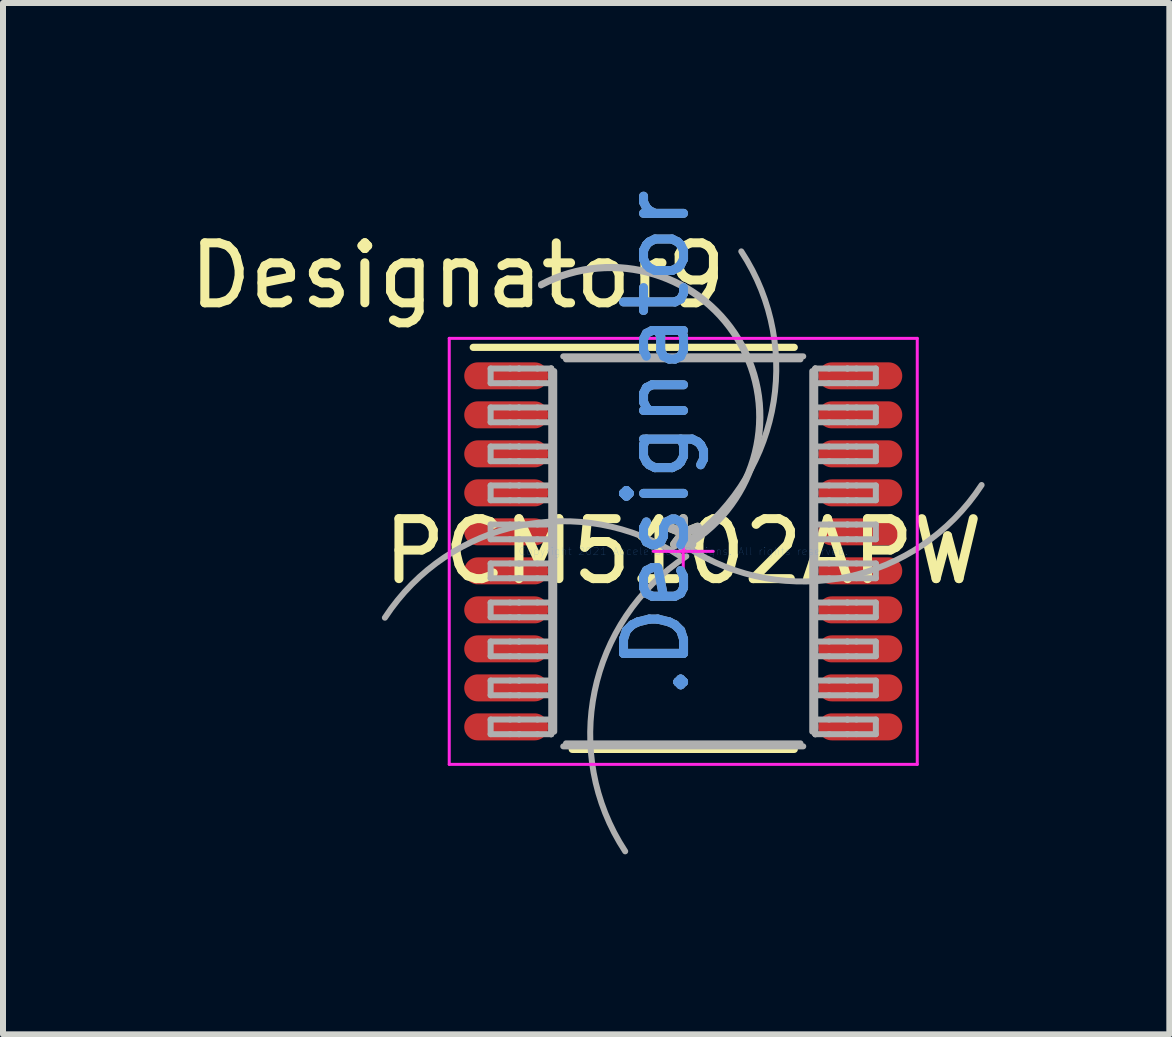
<source format=kicad_pcb>
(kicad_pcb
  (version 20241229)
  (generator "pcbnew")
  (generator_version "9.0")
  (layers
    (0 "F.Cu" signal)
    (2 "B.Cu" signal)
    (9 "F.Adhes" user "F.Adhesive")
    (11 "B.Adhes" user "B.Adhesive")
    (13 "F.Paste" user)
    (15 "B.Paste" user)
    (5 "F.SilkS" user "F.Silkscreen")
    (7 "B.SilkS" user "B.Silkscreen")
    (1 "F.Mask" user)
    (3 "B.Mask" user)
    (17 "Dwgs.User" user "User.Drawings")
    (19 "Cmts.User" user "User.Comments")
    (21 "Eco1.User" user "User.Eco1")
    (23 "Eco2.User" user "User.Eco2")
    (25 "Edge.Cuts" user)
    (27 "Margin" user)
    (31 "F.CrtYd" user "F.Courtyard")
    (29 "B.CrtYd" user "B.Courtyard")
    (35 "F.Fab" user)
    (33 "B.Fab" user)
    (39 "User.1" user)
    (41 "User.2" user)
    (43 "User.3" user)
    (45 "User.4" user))
  (footprint "PCM5102APW"
    (layer "F.Cu")
    (at 8.337 6.139)
    (property "Reference" "PCM5102APW" (at 0 0 0) (layer "F.SilkS") (effects (font (size 1 1) (thickness 0.15))))
    (attr through_hole)
    (fp_line (start -3.5 -3.4) (end 1.85 -3.4) (stroke (width 0.12) (type solid)) (layer "F.SilkS"))
    (fp_line (start -1.85 3.3) (end 1.85 3.3) (stroke (width 0.12) (type solid)) (layer "F.SilkS"))
    (fp_line (start -3.9 -3.55) (end 3.9 -3.55) (stroke (width 0.05) (type solid)) (layer "F.CrtYd"))
    (fp_line (start -3.9 3.55) (end -3.9 -3.55) (stroke (width 0.05) (type solid)) (layer "F.CrtYd"))
    (fp_line (start -3.9 3.55) (end 3.9 3.55) (stroke (width 0.05) (type solid)) (layer "F.CrtYd"))
    (fp_line (start -0.5 0.000003) (end 0.5 0.000003) (stroke (width 0.05) (type solid)) (layer "F.CrtYd"))
    (fp_line (start 0 0.5) (end 0 -0.5) (stroke (width 0.05) (type solid)) (layer "F.CrtYd"))
    (fp_line (start 3.9 3.55) (end 3.9 -3.55) (stroke (width 0.05) (type solid)) (layer "F.CrtYd"))
    (fp_line (start -3.21 -3.047) (end -2.887 -3.047) (stroke (width 0.1) (type solid)) (layer "F.Fab"))
    (fp_line (start -3.21 -2.803) (end -3.21 -3.047) (stroke (width 0.1) (type solid)) (layer "F.Fab"))
    (fp_line (start -3.21 -2.803) (end -2.887 -2.803) (stroke (width 0.1) (type solid)) (layer "F.Fab"))
    (fp_line (start -3.21 -2.398) (end -2.887 -2.398) (stroke (width 0.1) (type solid)) (layer "F.Fab"))
    (fp_line (start -3.21 -2.152) (end -3.21 -2.398) (stroke (width 0.1) (type solid)) (layer "F.Fab"))
    (fp_line (start -3.21 -2.152) (end -2.887 -2.152) (stroke (width 0.1) (type solid)) (layer "F.Fab"))
    (fp_line (start -3.21 -1.747) (end -2.887 -1.747) (stroke (width 0.1) (type solid)) (layer "F.Fab"))
    (fp_line (start -3.21 -1.503) (end -3.21 -1.747) (stroke (width 0.1) (type solid)) (layer "F.Fab"))
    (fp_line (start -3.21 -1.503) (end -2.887 -1.503) (stroke (width 0.1) (type solid)) (layer "F.Fab"))
    (fp_line (start -3.21 -1.098) (end -2.887 -1.098) (stroke (width 0.1) (type solid)) (layer "F.Fab"))
    (fp_line (start -3.21 -0.852) (end -3.21 -1.098) (stroke (width 0.1) (type solid)) (layer "F.Fab"))
    (fp_line (start -3.21 -0.852) (end -2.887 -0.852) (stroke (width 0.1) (type solid)) (layer "F.Fab"))
    (fp_line (start -3.21 -0.447) (end -2.887 -0.447) (stroke (width 0.1) (type solid)) (layer "F.Fab"))
    (fp_line (start -3.21 -0.202) (end -3.21 -0.447) (stroke (width 0.1) (type solid)) (layer "F.Fab"))
    (fp_line (start -3.21 -0.202) (end -2.887 -0.202) (stroke (width 0.1) (type solid)) (layer "F.Fab"))
    (fp_line (start -3.21 0.202) (end -2.887 0.202) (stroke (width 0.1) (type solid)) (layer "F.Fab"))
    (fp_line (start -3.21 0.448) (end -3.21 0.202) (stroke (width 0.1) (type solid)) (layer "F.Fab"))
    (fp_line (start -3.21 0.448) (end -2.887 0.448) (stroke (width 0.1) (type solid)) (layer "F.Fab"))
    (fp_line (start -3.21 0.853) (end -2.887 0.853) (stroke (width 0.1) (type solid)) (layer "F.Fab"))
    (fp_line (start -3.21 1.098) (end -3.21 0.853) (stroke (width 0.1) (type solid)) (layer "F.Fab"))
    (fp_line (start -3.21 1.098) (end -2.887 1.098) (stroke (width 0.1) (type solid)) (layer "F.Fab"))
    (fp_line (start -3.21 1.503) (end -2.887 1.503) (stroke (width 0.1) (type solid)) (layer "F.Fab"))
    (fp_line (start -3.21 1.748) (end -3.21 1.503) (stroke (width 0.1) (type solid)) (layer "F.Fab"))
    (fp_line (start -3.21 1.748) (end -2.887 1.748) (stroke (width 0.1) (type solid)) (layer "F.Fab"))
    (fp_line (start -3.21 2.153) (end -2.887 2.153) (stroke (width 0.1) (type solid)) (layer "F.Fab"))
    (fp_line (start -3.21 2.398) (end -3.21 2.153) (stroke (width 0.1) (type solid)) (layer "F.Fab"))
    (fp_line (start -3.21 2.398) (end -2.887 2.398) (stroke (width 0.1) (type solid)) (layer "F.Fab"))
    (fp_line (start -3.21 2.803) (end -2.887 2.803) (stroke (width 0.1) (type solid)) (layer "F.Fab"))
    (fp_line (start -3.21 3.047) (end -3.21 2.803) (stroke (width 0.1) (type solid)) (layer "F.Fab"))
    (fp_line (start -3.21 3.047) (end -2.887 3.047) (stroke (width 0.1) (type solid)) (layer "F.Fab"))
    (fp_line (start -2.887 -3.047) (end -2.739 -3.047) (stroke (width 0.1) (type solid)) (layer "F.Fab"))
    (fp_line (start -2.887 -2.803) (end -2.739 -2.803) (stroke (width 0.1) (type solid)) (layer "F.Fab"))
    (fp_line (start -2.887 -2.398) (end -2.739 -2.398) (stroke (width 0.1) (type solid)) (layer "F.Fab"))
    (fp_line (start -2.887 -2.152) (end -2.739 -2.152) (stroke (width 0.1) (type solid)) (layer "F.Fab"))
    (fp_line (start -2.887 -1.747) (end -2.739 -1.747) (stroke (width 0.1) (type solid)) (layer "F.Fab"))
    (fp_line (start -2.887 -1.503) (end -2.739 -1.503) (stroke (width 0.1) (type solid)) (layer "F.Fab"))
    (fp_line (start -2.887 -1.098) (end -2.739 -1.098) (stroke (width 0.1) (type solid)) (layer "F.Fab"))
    (fp_line (start -2.887 -0.852) (end -2.739 -0.852) (stroke (width 0.1) (type solid)) (layer "F.Fab"))
    (fp_line (start -2.887 -0.447) (end -2.739 -0.447) (stroke (width 0.1) (type solid)) (layer "F.Fab"))
    (fp_line (start -2.887 -0.202) (end -2.739 -0.202) (stroke (width 0.1) (type solid)) (layer "F.Fab"))
    (fp_line (start -2.887 0.202) (end -2.739 0.202) (stroke (width 0.1) (type solid)) (layer "F.Fab"))
    (fp_line (start -2.887 0.448) (end -2.739 0.448) (stroke (width 0.1) (type solid)) (layer "F.Fab"))
    (fp_line (start -2.887 0.853) (end -2.739 0.853) (stroke (width 0.1) (type solid)) (layer "F.Fab"))
    (fp_line (start -2.887 1.098) (end -2.739 1.098) (stroke (width 0.1) (type solid)) (layer "F.Fab"))
    (fp_line (start -2.887 1.503) (end -2.739 1.503) (stroke (width 0.1) (type solid)) (layer "F.Fab"))
    (fp_line (start -2.887 1.748) (end -2.739 1.748) (stroke (width 0.1) (type solid)) (layer "F.Fab"))
    (fp_line (start -2.887 2.153) (end -2.739 2.153) (stroke (width 0.1) (type solid)) (layer "F.Fab"))
    (fp_line (start -2.887 2.398) (end -2.739 2.398) (stroke (width 0.1) (type solid)) (layer "F.Fab"))
    (fp_line (start -2.887 2.803) (end -2.739 2.803) (stroke (width 0.1) (type solid)) (layer "F.Fab"))
    (fp_line (start -2.887 3.047) (end -2.739 3.047) (stroke (width 0.1) (type solid)) (layer "F.Fab"))
    (fp_line (start -2.739 -3.047) (end -2.733 -3.047) (stroke (width 0.1) (type solid)) (layer "F.Fab"))
    (fp_line (start -2.739 -2.803) (end -2.733 -2.803) (stroke (width 0.1) (type solid)) (layer "F.Fab"))
    (fp_line (start -2.739 -2.398) (end -2.733 -2.398) (stroke (width 0.1) (type solid)) (layer "F.Fab"))
    (fp_line (start -2.739 -2.152) (end -2.733 -2.152) (stroke (width 0.1) (type solid)) (layer "F.Fab"))
    (fp_line (start -2.739 -1.747) (end -2.733 -1.747) (stroke (width 0.1) (type solid)) (layer "F.Fab"))
    (fp_line (start -2.739 -1.503) (end -2.733 -1.503) (stroke (width 0.1) (type solid)) (layer "F.Fab"))
    (fp_line (start -2.739 -1.098) (end -2.733 -1.098) (stroke (width 0.1) (type solid)) (layer "F.Fab"))
    (fp_line (start -2.739 -0.852) (end -2.733 -0.852) (stroke (width 0.1) (type solid)) (layer "F.Fab"))
    (fp_line (start -2.739 -0.447) (end -2.733 -0.447) (stroke (width 0.1) (type solid)) (layer "F.Fab"))
    (fp_line (start -2.739 -0.202) (end -2.733 -0.202) (stroke (width 0.1) (type solid)) (layer "F.Fab"))
    (fp_line (start -2.739 0.202) (end -2.733 0.202) (stroke (width 0.1) (type solid)) (layer "F.Fab"))
    (fp_line (start -2.739 0.448) (end -2.733 0.448) (stroke (width 0.1) (type solid)) (layer "F.Fab"))
    (fp_line (start -2.739 0.853) (end -2.733 0.853) (stroke (width 0.1) (type solid)) (layer "F.Fab"))
    (fp_line (start -2.739 1.098) (end -2.733 1.098) (stroke (width 0.1) (type solid)) (layer "F.Fab"))
    (fp_line (start -2.739 1.503) (end -2.733 1.503) (stroke (width 0.1) (type solid)) (layer "F.Fab"))
    (fp_line (start -2.739 1.748) (end -2.733 1.748) (stroke (width 0.1) (type solid)) (layer "F.Fab"))
    (fp_line (start -2.739 2.153) (end -2.733 2.153) (stroke (width 0.1) (type solid)) (layer "F.Fab"))
    (fp_line (start -2.739 2.398) (end -2.733 2.398) (stroke (width 0.1) (type solid)) (layer "F.Fab"))
    (fp_line (start -2.739 2.803) (end -2.733 2.803) (stroke (width 0.1) (type solid)) (layer "F.Fab"))
    (fp_line (start -2.739 3.047) (end -2.733 3.047) (stroke (width 0.1) (type solid)) (layer "F.Fab"))
    (fp_line (start -2.733 -3.047) (end -2.431 -3.047) (stroke (width 0.1) (type solid)) (layer "F.Fab"))
    (fp_line (start -2.733 -2.803) (end -2.431 -2.803) (stroke (width 0.1) (type solid)) (layer "F.Fab"))
    (fp_line (start -2.733 -2.398) (end -2.431 -2.398) (stroke (width 0.1) (type solid)) (layer "F.Fab"))
    (fp_line (start -2.733 -2.152) (end -2.431 -2.152) (stroke (width 0.1) (type solid)) (layer "F.Fab"))
    (fp_line (start -2.733 -1.747) (end -2.431 -1.747) (stroke (width 0.1) (type solid)) (layer "F.Fab"))
    (fp_line (start -2.733 -1.503) (end -2.431 -1.503) (stroke (width 0.1) (type solid)) (layer "F.Fab"))
    (fp_line (start -2.733 -1.098) (end -2.431 -1.098) (stroke (width 0.1) (type solid)) (layer "F.Fab"))
    (fp_line (start -2.733 -0.852) (end -2.431 -0.852) (stroke (width 0.1) (type solid)) (layer "F.Fab"))
    (fp_line (start -2.733 -0.447) (end -2.431 -0.447) (stroke (width 0.1) (type solid)) (layer "F.Fab"))
    (fp_line (start -2.733 -0.202) (end -2.431 -0.202) (stroke (width 0.1) (type solid)) (layer "F.Fab"))
    (fp_line (start -2.733 0.202) (end -2.431 0.202) (stroke (width 0.1) (type solid)) (layer "F.Fab"))
    (fp_line (start -2.733 0.448) (end -2.431 0.448) (stroke (width 0.1) (type solid)) (layer "F.Fab"))
    (fp_line (start -2.733 0.853) (end -2.431 0.853) (stroke (width 0.1) (type solid)) (layer "F.Fab"))
    (fp_line (start -2.733 1.098) (end -2.431 1.098) (stroke (width 0.1) (type solid)) (layer "F.Fab"))
    (fp_line (start -2.733 1.503) (end -2.431 1.503) (stroke (width 0.1) (type solid)) (layer "F.Fab"))
    (fp_line (start -2.733 1.748) (end -2.431 1.748) (stroke (width 0.1) (type solid)) (layer "F.Fab"))
    (fp_line (start -2.733 2.153) (end -2.431 2.153) (stroke (width 0.1) (type solid)) (layer "F.Fab"))
    (fp_line (start -2.733 2.398) (end -2.431 2.398) (stroke (width 0.1) (type solid)) (layer "F.Fab"))
    (fp_line (start -2.733 2.803) (end -2.431 2.803) (stroke (width 0.1) (type solid)) (layer "F.Fab"))
    (fp_line (start -2.733 3.047) (end -2.431 3.047) (stroke (width 0.1) (type solid)) (layer "F.Fab"))
    (fp_line (start -2.431 -3.047) (end -2.2 -3.047) (stroke (width 0.1) (type solid)) (layer "F.Fab"))
    (fp_line (start -2.431 -2.803) (end -2.2 -2.803) (stroke (width 0.1) (type solid)) (layer "F.Fab"))
    (fp_line (start -2.431 -2.398) (end -2.2 -2.398) (stroke (width 0.1) (type solid)) (layer "F.Fab"))
    (fp_line (start -2.431 -2.152) (end -2.2 -2.152) (stroke (width 0.1) (type solid)) (layer "F.Fab"))
    (fp_line (start -2.431 -1.747) (end -2.2 -1.747) (stroke (width 0.1) (type solid)) (layer "F.Fab"))
    (fp_line (start -2.431 -1.503) (end -2.2 -1.503) (stroke (width 0.1) (type solid)) (layer "F.Fab"))
    (fp_line (start -2.431 -1.098) (end -2.2 -1.098) (stroke (width 0.1) (type solid)) (layer "F.Fab"))
    (fp_line (start -2.431 -0.852) (end -2.2 -0.852) (stroke (width 0.1) (type solid)) (layer "F.Fab"))
    (fp_line (start -2.431 -0.447) (end -2.2 -0.447) (stroke (width 0.1) (type solid)) (layer "F.Fab"))
    (fp_line (start -2.431 -0.202) (end -2.2 -0.202) (stroke (width 0.1) (type solid)) (layer "F.Fab"))
    (fp_line (start -2.431 0.202) (end -2.2 0.202) (stroke (width 0.1) (type solid)) (layer "F.Fab"))
    (fp_line (start -2.431 0.448) (end -2.2 0.448) (stroke (width 0.1) (type solid)) (layer "F.Fab"))
    (fp_line (start -2.431 0.853) (end -2.2 0.853) (stroke (width 0.1) (type solid)) (layer "F.Fab"))
    (fp_line (start -2.431 1.098) (end -2.2 1.098) (stroke (width 0.1) (type solid)) (layer "F.Fab"))
    (fp_line (start -2.431 1.503) (end -2.2 1.503) (stroke (width 0.1) (type solid)) (layer "F.Fab"))
    (fp_line (start -2.431 1.748) (end -2.2 1.748) (stroke (width 0.1) (type solid)) (layer "F.Fab"))
    (fp_line (start -2.431 2.153) (end -2.2 2.153) (stroke (width 0.1) (type solid)) (layer "F.Fab"))
    (fp_line (start -2.431 2.398) (end -2.2 2.398) (stroke (width 0.1) (type solid)) (layer "F.Fab"))
    (fp_line (start -2.431 2.803) (end -2.2 2.803) (stroke (width 0.1) (type solid)) (layer "F.Fab"))
    (fp_line (start -2.431 3.047) (end -2.2 3.047) (stroke (width 0.1) (type solid)) (layer "F.Fab"))
    (fp_line (start -2.2 -2.803) (end -2.2 -3.047) (stroke (width 0.1) (type solid)) (layer "F.Fab"))
    (fp_line (start -2.2 -2.152) (end -2.2 -2.398) (stroke (width 0.1) (type solid)) (layer "F.Fab"))
    (fp_line (start -2.2 -1.503) (end -2.2 -1.747) (stroke (width 0.1) (type solid)) (layer "F.Fab"))
    (fp_line (start -2.2 -0.852) (end -2.2 -1.098) (stroke (width 0.1) (type solid)) (layer "F.Fab"))
    (fp_line (start -2.2 -0.202) (end -2.2 -0.447) (stroke (width 0.1) (type solid)) (layer "F.Fab"))
    (fp_line (start -2.2 0.448) (end -2.2 0.202) (stroke (width 0.1) (type solid)) (layer "F.Fab"))
    (fp_line (start -2.2 1.098) (end -2.2 0.853) (stroke (width 0.1) (type solid)) (layer "F.Fab"))
    (fp_line (start -2.2 1.748) (end -2.2 1.503) (stroke (width 0.1) (type solid)) (layer "F.Fab"))
    (fp_line (start -2.2 2.398) (end -2.2 2.153) (stroke (width 0.1) (type solid)) (layer "F.Fab"))
    (fp_line (start -2.2 3.047) (end -2.2 2.803) (stroke (width 0.1) (type solid)) (layer "F.Fab"))
    (fp_line (start -2.2 3.05) (end -2.2 -3.05) (stroke (width 0.1) (type solid)) (layer "F.Fab"))
    (fp_line (start -2.15 3.004) (end -2.15 -3.004) (stroke (width 0.1) (type solid)) (layer "F.Fab"))
    (fp_line (start -2 -3.25) (end 2 -3.25) (stroke (width 0.1) (type solid)) (layer "F.Fab"))
    (fp_line (start -2 3.25) (end 2 3.25) (stroke (width 0.1) (type solid)) (layer "F.Fab"))
    (fp_line (start -1.954 -3.2) (end 1.954 -3.2) (stroke (width 0.1) (type solid)) (layer "F.Fab"))
    (fp_line (start -1.954 3.2) (end 1.954 3.2) (stroke (width 0.1) (type solid)) (layer "F.Fab"))
    (fp_line (start 2.15 3.004) (end 2.15 -3.004) (stroke (width 0.1) (type solid)) (layer "F.Fab"))
    (fp_line (start 2.2 -3.047) (end 2.43 -3.047) (stroke (width 0.1) (type solid)) (layer "F.Fab"))
    (fp_line (start 2.2 -2.803) (end 2.2 -3.047) (stroke (width 0.1) (type solid)) (layer "F.Fab"))
    (fp_line (start 2.2 -2.803) (end 2.43 -2.803) (stroke (width 0.1) (type solid)) (layer "F.Fab"))
    (fp_line (start 2.2 -2.398) (end 2.43 -2.398) (stroke (width 0.1) (type solid)) (layer "F.Fab"))
    (fp_line (start 2.2 -2.152) (end 2.2 -2.398) (stroke (width 0.1) (type solid)) (layer "F.Fab"))
    (fp_line (start 2.2 -2.152) (end 2.43 -2.152) (stroke (width 0.1) (type solid)) (layer "F.Fab"))
    (fp_line (start 2.2 -1.747) (end 2.43 -1.747) (stroke (width 0.1) (type solid)) (layer "F.Fab"))
    (fp_line (start 2.2 -1.503) (end 2.2 -1.747) (stroke (width 0.1) (type solid)) (layer "F.Fab"))
    (fp_line (start 2.2 -1.503) (end 2.43 -1.503) (stroke (width 0.1) (type solid)) (layer "F.Fab"))
    (fp_line (start 2.2 -1.098) (end 2.43 -1.098) (stroke (width 0.1) (type solid)) (layer "F.Fab"))
    (fp_line (start 2.2 -0.852) (end 2.2 -1.098) (stroke (width 0.1) (type solid)) (layer "F.Fab"))
    (fp_line (start 2.2 -0.852) (end 2.43 -0.852) (stroke (width 0.1) (type solid)) (layer "F.Fab"))
    (fp_line (start 2.2 -0.447) (end 2.43 -0.447) (stroke (width 0.1) (type solid)) (layer "F.Fab"))
    (fp_line (start 2.2 -0.202) (end 2.2 -0.447) (stroke (width 0.1) (type solid)) (layer "F.Fab"))
    (fp_line (start 2.2 -0.202) (end 2.43 -0.202) (stroke (width 0.1) (type solid)) (layer "F.Fab"))
    (fp_line (start 2.2 0.202) (end 2.43 0.202) (stroke (width 0.1) (type solid)) (layer "F.Fab"))
    (fp_line (start 2.2 0.448) (end 2.2 0.202) (stroke (width 0.1) (type solid)) (layer "F.Fab"))
    (fp_line (start 2.2 0.448) (end 2.43 0.448) (stroke (width 0.1) (type solid)) (layer "F.Fab"))
    (fp_line (start 2.2 0.853) (end 2.43 0.853) (stroke (width 0.1) (type solid)) (layer "F.Fab"))
    (fp_line (start 2.2 1.098) (end 2.2 0.853) (stroke (width 0.1) (type solid)) (layer "F.Fab"))
    (fp_line (start 2.2 1.098) (end 2.43 1.098) (stroke (width 0.1) (type solid)) (layer "F.Fab"))
    (fp_line (start 2.2 1.503) (end 2.43 1.503) (stroke (width 0.1) (type solid)) (layer "F.Fab"))
    (fp_line (start 2.2 1.748) (end 2.2 1.503) (stroke (width 0.1) (type solid)) (layer "F.Fab"))
    (fp_line (start 2.2 1.748) (end 2.43 1.748) (stroke (width 0.1) (type solid)) (layer "F.Fab"))
    (fp_line (start 2.2 2.153) (end 2.43 2.153) (stroke (width 0.1) (type solid)) (layer "F.Fab"))
    (fp_line (start 2.2 2.398) (end 2.2 2.153) (stroke (width 0.1) (type solid)) (layer "F.Fab"))
    (fp_line (start 2.2 2.398) (end 2.43 2.398) (stroke (width 0.1) (type solid)) (layer "F.Fab"))
    (fp_line (start 2.2 2.803) (end 2.43 2.803) (stroke (width 0.1) (type solid)) (layer "F.Fab"))
    (fp_line (start 2.2 3.047) (end 2.2 2.803) (stroke (width 0.1) (type solid)) (layer "F.Fab"))
    (fp_line (start 2.2 3.047) (end 2.43 3.047) (stroke (width 0.1) (type solid)) (layer "F.Fab"))
    (fp_line (start 2.2 3.05) (end 2.2 -3.05) (stroke (width 0.1) (type solid)) (layer "F.Fab"))
    (fp_line (start 2.43 -3.047) (end 2.733 -3.047) (stroke (width 0.1) (type solid)) (layer "F.Fab"))
    (fp_line (start 2.43 -2.803) (end 2.733 -2.803) (stroke (width 0.1) (type solid)) (layer "F.Fab"))
    (fp_line (start 2.43 -2.398) (end 2.733 -2.398) (stroke (width 0.1) (type solid)) (layer "F.Fab"))
    (fp_line (start 2.43 -2.152) (end 2.733 -2.152) (stroke (width 0.1) (type solid)) (layer "F.Fab"))
    (fp_line (start 2.43 -1.747) (end 2.733 -1.747) (stroke (width 0.1) (type solid)) (layer "F.Fab"))
    (fp_line (start 2.43 -1.503) (end 2.733 -1.503) (stroke (width 0.1) (type solid)) (layer "F.Fab"))
    (fp_line (start 2.43 -1.098) (end 2.733 -1.098) (stroke (width 0.1) (type solid)) (layer "F.Fab"))
    (fp_line (start 2.43 -0.852) (end 2.733 -0.852) (stroke (width 0.1) (type solid)) (layer "F.Fab"))
    (fp_line (start 2.43 -0.447) (end 2.733 -0.447) (stroke (width 0.1) (type solid)) (layer "F.Fab"))
    (fp_line (start 2.43 -0.202) (end 2.733 -0.202) (stroke (width 0.1) (type solid)) (layer "F.Fab"))
    (fp_line (start 2.43 0.202) (end 2.733 0.202) (stroke (width 0.1) (type solid)) (layer "F.Fab"))
    (fp_line (start 2.43 0.448) (end 2.733 0.448) (stroke (width 0.1) (type solid)) (layer "F.Fab"))
    (fp_line (start 2.43 0.853) (end 2.733 0.853) (stroke (width 0.1) (type solid)) (layer "F.Fab"))
    (fp_line (start 2.43 1.098) (end 2.733 1.098) (stroke (width 0.1) (type solid)) (layer "F.Fab"))
    (fp_line (start 2.43 1.503) (end 2.733 1.503) (stroke (width 0.1) (type solid)) (layer "F.Fab"))
    (fp_line (start 2.43 1.748) (end 2.733 1.748) (stroke (width 0.1) (type solid)) (layer "F.Fab"))
    (fp_line (start 2.43 2.153) (end 2.733 2.153) (stroke (width 0.1) (type solid)) (layer "F.Fab"))
    (fp_line (start 2.43 2.398) (end 2.733 2.398) (stroke (width 0.1) (type solid)) (layer "F.Fab"))
    (fp_line (start 2.43 2.803) (end 2.733 2.803) (stroke (width 0.1) (type solid)) (layer "F.Fab"))
    (fp_line (start 2.43 3.047) (end 2.733 3.047) (stroke (width 0.1) (type solid)) (layer "F.Fab"))
    (fp_line (start 2.733 -3.047) (end 2.739 -3.047) (stroke (width 0.1) (type solid)) (layer "F.Fab"))
    (fp_line (start 2.733 -2.803) (end 2.739 -2.803) (stroke (width 0.1) (type solid)) (layer "F.Fab"))
    (fp_line (start 2.733 -2.398) (end 2.739 -2.398) (stroke (width 0.1) (type solid)) (layer "F.Fab"))
    (fp_line (start 2.733 -2.152) (end 2.739 -2.152) (stroke (width 0.1) (type solid)) (layer "F.Fab"))
    (fp_line (start 2.733 -1.747) (end 2.739 -1.747) (stroke (width 0.1) (type solid)) (layer "F.Fab"))
    (fp_line (start 2.733 -1.503) (end 2.739 -1.503) (stroke (width 0.1) (type solid)) (layer "F.Fab"))
    (fp_line (start 2.733 -1.098) (end 2.739 -1.098) (stroke (width 0.1) (type solid)) (layer "F.Fab"))
    (fp_line (start 2.733 -0.852) (end 2.739 -0.852) (stroke (width 0.1) (type solid)) (layer "F.Fab"))
    (fp_line (start 2.733 -0.447) (end 2.739 -0.447) (stroke (width 0.1) (type solid)) (layer "F.Fab"))
    (fp_line (start 2.733 -0.202) (end 2.739 -0.202) (stroke (width 0.1) (type solid)) (layer "F.Fab"))
    (fp_line (start 2.733 0.202) (end 2.739 0.202) (stroke (width 0.1) (type solid)) (layer "F.Fab"))
    (fp_line (start 2.733 0.448) (end 2.739 0.448) (stroke (width 0.1) (type solid)) (layer "F.Fab"))
    (fp_line (start 2.733 0.853) (end 2.739 0.853) (stroke (width 0.1) (type solid)) (layer "F.Fab"))
    (fp_line (start 2.733 1.098) (end 2.739 1.098) (stroke (width 0.1) (type solid)) (layer "F.Fab"))
    (fp_line (start 2.733 1.503) (end 2.739 1.503) (stroke (width 0.1) (type solid)) (layer "F.Fab"))
    (fp_line (start 2.733 1.748) (end 2.739 1.748) (stroke (width 0.1) (type solid)) (layer "F.Fab"))
    (fp_line (start 2.733 2.153) (end 2.739 2.153) (stroke (width 0.1) (type solid)) (layer "F.Fab"))
    (fp_line (start 2.733 2.398) (end 2.739 2.398) (stroke (width 0.1) (type solid)) (layer "F.Fab"))
    (fp_line (start 2.733 2.803) (end 2.739 2.803) (stroke (width 0.1) (type solid)) (layer "F.Fab"))
    (fp_line (start 2.733 3.047) (end 2.739 3.047) (stroke (width 0.1) (type solid)) (layer "F.Fab"))
    (fp_line (start 2.739 -3.047) (end 2.887 -3.047) (stroke (width 0.1) (type solid)) (layer "F.Fab"))
    (fp_line (start 2.739 -2.803) (end 2.887 -2.803) (stroke (width 0.1) (type solid)) (layer "F.Fab"))
    (fp_line (start 2.739 -2.398) (end 2.887 -2.398) (stroke (width 0.1) (type solid)) (layer "F.Fab"))
    (fp_line (start 2.739 -2.152) (end 2.887 -2.152) (stroke (width 0.1) (type solid)) (layer "F.Fab"))
    (fp_line (start 2.739 -1.747) (end 2.887 -1.747) (stroke (width 0.1) (type solid)) (layer "F.Fab"))
    (fp_line (start 2.739 -1.503) (end 2.887 -1.503) (stroke (width 0.1) (type solid)) (layer "F.Fab"))
    (fp_line (start 2.739 -1.098) (end 2.887 -1.098) (stroke (width 0.1) (type solid)) (layer "F.Fab"))
    (fp_line (start 2.739 -0.852) (end 2.887 -0.852) (stroke (width 0.1) (type solid)) (layer "F.Fab"))
    (fp_line (start 2.739 -0.447) (end 2.887 -0.447) (stroke (width 0.1) (type solid)) (layer "F.Fab"))
    (fp_line (start 2.739 -0.202) (end 2.887 -0.202) (stroke (width 0.1) (type solid)) (layer "F.Fab"))
    (fp_line (start 2.739 0.202) (end 2.887 0.202) (stroke (width 0.1) (type solid)) (layer "F.Fab"))
    (fp_line (start 2.739 0.448) (end 2.887 0.448) (stroke (width 0.1) (type solid)) (layer "F.Fab"))
    (fp_line (start 2.739 0.853) (end 2.887 0.853) (stroke (width 0.1) (type solid)) (layer "F.Fab"))
    (fp_line (start 2.739 1.098) (end 2.887 1.098) (stroke (width 0.1) (type solid)) (layer "F.Fab"))
    (fp_line (start 2.739 1.503) (end 2.887 1.503) (stroke (width 0.1) (type solid)) (layer "F.Fab"))
    (fp_line (start 2.739 1.748) (end 2.887 1.748) (stroke (width 0.1) (type solid)) (layer "F.Fab"))
    (fp_line (start 2.739 2.153) (end 2.887 2.153) (stroke (width 0.1) (type solid)) (layer "F.Fab"))
    (fp_line (start 2.739 2.398) (end 2.887 2.398) (stroke (width 0.1) (type solid)) (layer "F.Fab"))
    (fp_line (start 2.739 2.803) (end 2.887 2.803) (stroke (width 0.1) (type solid)) (layer "F.Fab"))
    (fp_line (start 2.739 3.047) (end 2.887 3.047) (stroke (width 0.1) (type solid)) (layer "F.Fab"))
    (fp_line (start 2.887 -3.047) (end 3.21 -3.047) (stroke (width 0.1) (type solid)) (layer "F.Fab"))
    (fp_line (start 2.887 -2.803) (end 3.21 -2.803) (stroke (width 0.1) (type solid)) (layer "F.Fab"))
    (fp_line (start 2.887 -2.398) (end 3.21 -2.398) (stroke (width 0.1) (type solid)) (layer "F.Fab"))
    (fp_line (start 2.887 -2.152) (end 3.21 -2.152) (stroke (width 0.1) (type solid)) (layer "F.Fab"))
    (fp_line (start 2.887 -1.747) (end 3.21 -1.747) (stroke (width 0.1) (type solid)) (layer "F.Fab"))
    (fp_line (start 2.887 -1.503) (end 3.21 -1.503) (stroke (width 0.1) (type solid)) (layer "F.Fab"))
    (fp_line (start 2.887 -1.098) (end 3.21 -1.098) (stroke (width 0.1) (type solid)) (layer "F.Fab"))
    (fp_line (start 2.887 -0.852) (end 3.21 -0.852) (stroke (width 0.1) (type solid)) (layer "F.Fab"))
    (fp_line (start 2.887 -0.447) (end 3.21 -0.447) (stroke (width 0.1) (type solid)) (layer "F.Fab"))
    (fp_line (start 2.887 -0.202) (end 3.21 -0.202) (stroke (width 0.1) (type solid)) (layer "F.Fab"))
    (fp_line (start 2.887 0.202) (end 3.21 0.202) (stroke (width 0.1) (type solid)) (layer "F.Fab"))
    (fp_line (start 2.887 0.448) (end 3.21 0.448) (stroke (width 0.1) (type solid)) (layer "F.Fab"))
    (fp_line (start 2.887 0.853) (end 3.21 0.853) (stroke (width 0.1) (type solid)) (layer "F.Fab"))
    (fp_line (start 2.887 1.098) (end 3.21 1.098) (stroke (width 0.1) (type solid)) (layer "F.Fab"))
    (fp_line (start 2.887 1.503) (end 3.21 1.503) (stroke (width 0.1) (type solid)) (layer "F.Fab"))
    (fp_line (start 2.887 1.748) (end 3.21 1.748) (stroke (width 0.1) (type solid)) (layer "F.Fab"))
    (fp_line (start 2.887 2.153) (end 3.21 2.153) (stroke (width 0.1) (type solid)) (layer "F.Fab"))
    (fp_line (start 2.887 2.398) (end 3.21 2.398) (stroke (width 0.1) (type solid)) (layer "F.Fab"))
    (fp_line (start 2.887 2.803) (end 3.21 2.803) (stroke (width 0.1) (type solid)) (layer "F.Fab"))
    (fp_line (start 2.887 3.047) (end 3.21 3.047) (stroke (width 0.1) (type solid)) (layer "F.Fab"))
    (fp_line (start 3.21 -2.803) (end 3.21 -3.047) (stroke (width 0.1) (type solid)) (layer "F.Fab"))
    (fp_line (start 3.21 -2.152) (end 3.21 -2.398) (stroke (width 0.1) (type solid)) (layer "F.Fab"))
    (fp_line (start 3.21 -1.503) (end 3.21 -1.747) (stroke (width 0.1) (type solid)) (layer "F.Fab"))
    (fp_line (start 3.21 -0.852) (end 3.21 -1.098) (stroke (width 0.1) (type solid)) (layer "F.Fab"))
    (fp_line (start 3.21 -0.202) (end 3.21 -0.447) (stroke (width 0.1) (type solid)) (layer "F.Fab"))
    (fp_line (start 3.21 0.448) (end 3.21 0.202) (stroke (width 0.1) (type solid)) (layer "F.Fab"))
    (fp_line (start 3.21 1.098) (end 3.21 0.853) (stroke (width 0.1) (type solid)) (layer "F.Fab"))
    (fp_line (start 3.21 1.748) (end 3.21 1.503) (stroke (width 0.1) (type solid)) (layer "F.Fab"))
    (fp_line (start 3.21 2.398) (end 3.21 2.153) (stroke (width 0.1) (type solid)) (layer "F.Fab"))
    (fp_line (start 3.21 3.047) (end 3.21 2.803) (stroke (width 0.1) (type solid)) (layer "F.Fab"))
    (fp_arc (start -4.972546 1.105871) (mid -2.727203 -0.426605) (end -0.055881 0.07747) (stroke (width 0.1) (type solid)) (layer "F.Fab"))
    (fp_arc (start -2.369526 -4.453016) (mid 1.00301 -3.419526) (end -0.03048 -0.04699) (stroke (width 0.1) (type solid)) (layer "F.Fab"))
    (fp_arc (start -2.369526 -4.432696) (mid 0.98269 -3.419526) (end -0.03048 -0.06731) (stroke (width 0.1) (type solid)) (layer "F.Fab"))
    (fp_arc (start -0.967471 4.999203) (mid -1.476608 2.329986) (end 0.0508 0.08255) (stroke (width 0.1) (type solid)) (layer "F.Fab"))
    (fp_arc (start 0.967422 -4.999208) (mid 1.476586 -2.329998) (end -0.0508 -0.08255) (stroke (width 0.1) (type solid)) (layer "F.Fab"))
    (fp_arc (start 4.972523 -1.105891) (mid 2.727194 0.42659) (end 0.05588 -0.07747) (stroke (width 0.1) (type solid)) (layer "F.Fab"))
    (fp_text user "Designator9" (at -3.759 -4.597 0) (layer "F.SilkS") (effects (font (size 1 1) (thickness 0.15))))
    (fp_text user "*" (at 0 0 0) (layer "F.SilkS") (effects (font (size 1 1) (thickness 0.15))))
    (fp_text user "Copyright 2021 Accelerated Designs. All rights reserved." (at 0 0 0) (layer "Cmts.User") (effects (font (size 0.127 0.127) (thickness 0.002))))
    (fp_text user ".Designator" (at -0.45 -1.8 270) (layer "Cmts.User") (effects (font (size 1 1) (thickness 0.15))))
    (fp_text user "*" (at 0 0 0) (layer "F.Fab") (effects (font (size 1 1) (thickness 0.15))))
    (fp_text user ".Designator" (at -0.45 -1.8 270) (layer "F.Fab") (effects (font (size 1 1) (thickness 0.15))))
    (pad "1" smd oval (at -2.95 -2.925 90) (size 0.45 1.4) (layers "F.Cu" "F.Mask" "F.Paste"))
    (pad "2" smd oval (at -2.95 -2.275 90) (size 0.45 1.4) (layers "F.Cu" "F.Mask" "F.Paste"))
    (pad "3" smd oval (at -2.95 -1.625 90) (size 0.45 1.4) (layers "F.Cu" "F.Mask" "F.Paste"))
    (pad "4" smd oval (at -2.95 -0.975 90) (size 0.45 1.4) (layers "F.Cu" "F.Mask" "F.Paste"))
    (pad "5" smd oval (at -2.95 -0.325 90) (size 0.45 1.4) (layers "F.Cu" "F.Mask" "F.Paste"))
    (pad "6" smd oval (at -2.95 0.325 90) (size 0.45 1.4) (layers "F.Cu" "F.Mask" "F.Paste"))
    (pad "7" smd oval (at -2.95 0.975 90) (size 0.45 1.4) (layers "F.Cu" "F.Mask" "F.Paste"))
    (pad "8" smd oval (at -2.95 1.625 90) (size 0.45 1.4) (layers "F.Cu" "F.Mask" "F.Paste"))
    (pad "9" smd oval (at -2.95 2.275 90) (size 0.45 1.4) (layers "F.Cu" "F.Mask" "F.Paste"))
    (pad "10" smd oval (at -2.95 2.925 90) (size 0.45 1.4) (layers "F.Cu" "F.Mask" "F.Paste"))
    (pad "11" smd oval (at 2.95 2.925 90) (size 0.45 1.4) (layers "F.Cu" "F.Mask" "F.Paste"))
    (pad "12" smd oval (at 2.95 2.275 90) (size 0.45 1.4) (layers "F.Cu" "F.Mask" "F.Paste"))
    (pad "13" smd oval (at 2.95 1.625 90) (size 0.45 1.4) (layers "F.Cu" "F.Mask" "F.Paste"))
    (pad "14" smd oval (at 2.95 0.975 90) (size 0.45 1.4) (layers "F.Cu" "F.Mask" "F.Paste"))
    (pad "15" smd oval (at 2.95 0.325 90) (size 0.45 1.4) (layers "F.Cu" "F.Mask" "F.Paste"))
    (pad "16" smd oval (at 2.95 -0.325 90) (size 0.45 1.4) (layers "F.Cu" "F.Mask" "F.Paste"))
    (pad "17" smd oval (at 2.95 -0.975 90) (size 0.45 1.4) (layers "F.Cu" "F.Mask" "F.Paste"))
    (pad "18" smd oval (at 2.95 -1.625 90) (size 0.45 1.4) (layers "F.Cu" "F.Mask" "F.Paste"))
    (pad "19" smd oval (at 2.95 -2.275 90) (size 0.45 1.4) (layers "F.Cu" "F.Mask" "F.Paste"))
    (pad "20" smd oval (at 2.95 -2.925 90) (size 0.45 1.4) (layers "F.Cu" "F.Mask" "F.Paste")))
  (gr_rect
    (start -3 -3)
    (end 16.438 14.188)
    (stroke (width 0.1) (type default))
    (fill no)
    (layer "Edge.Cuts")))
</source>
